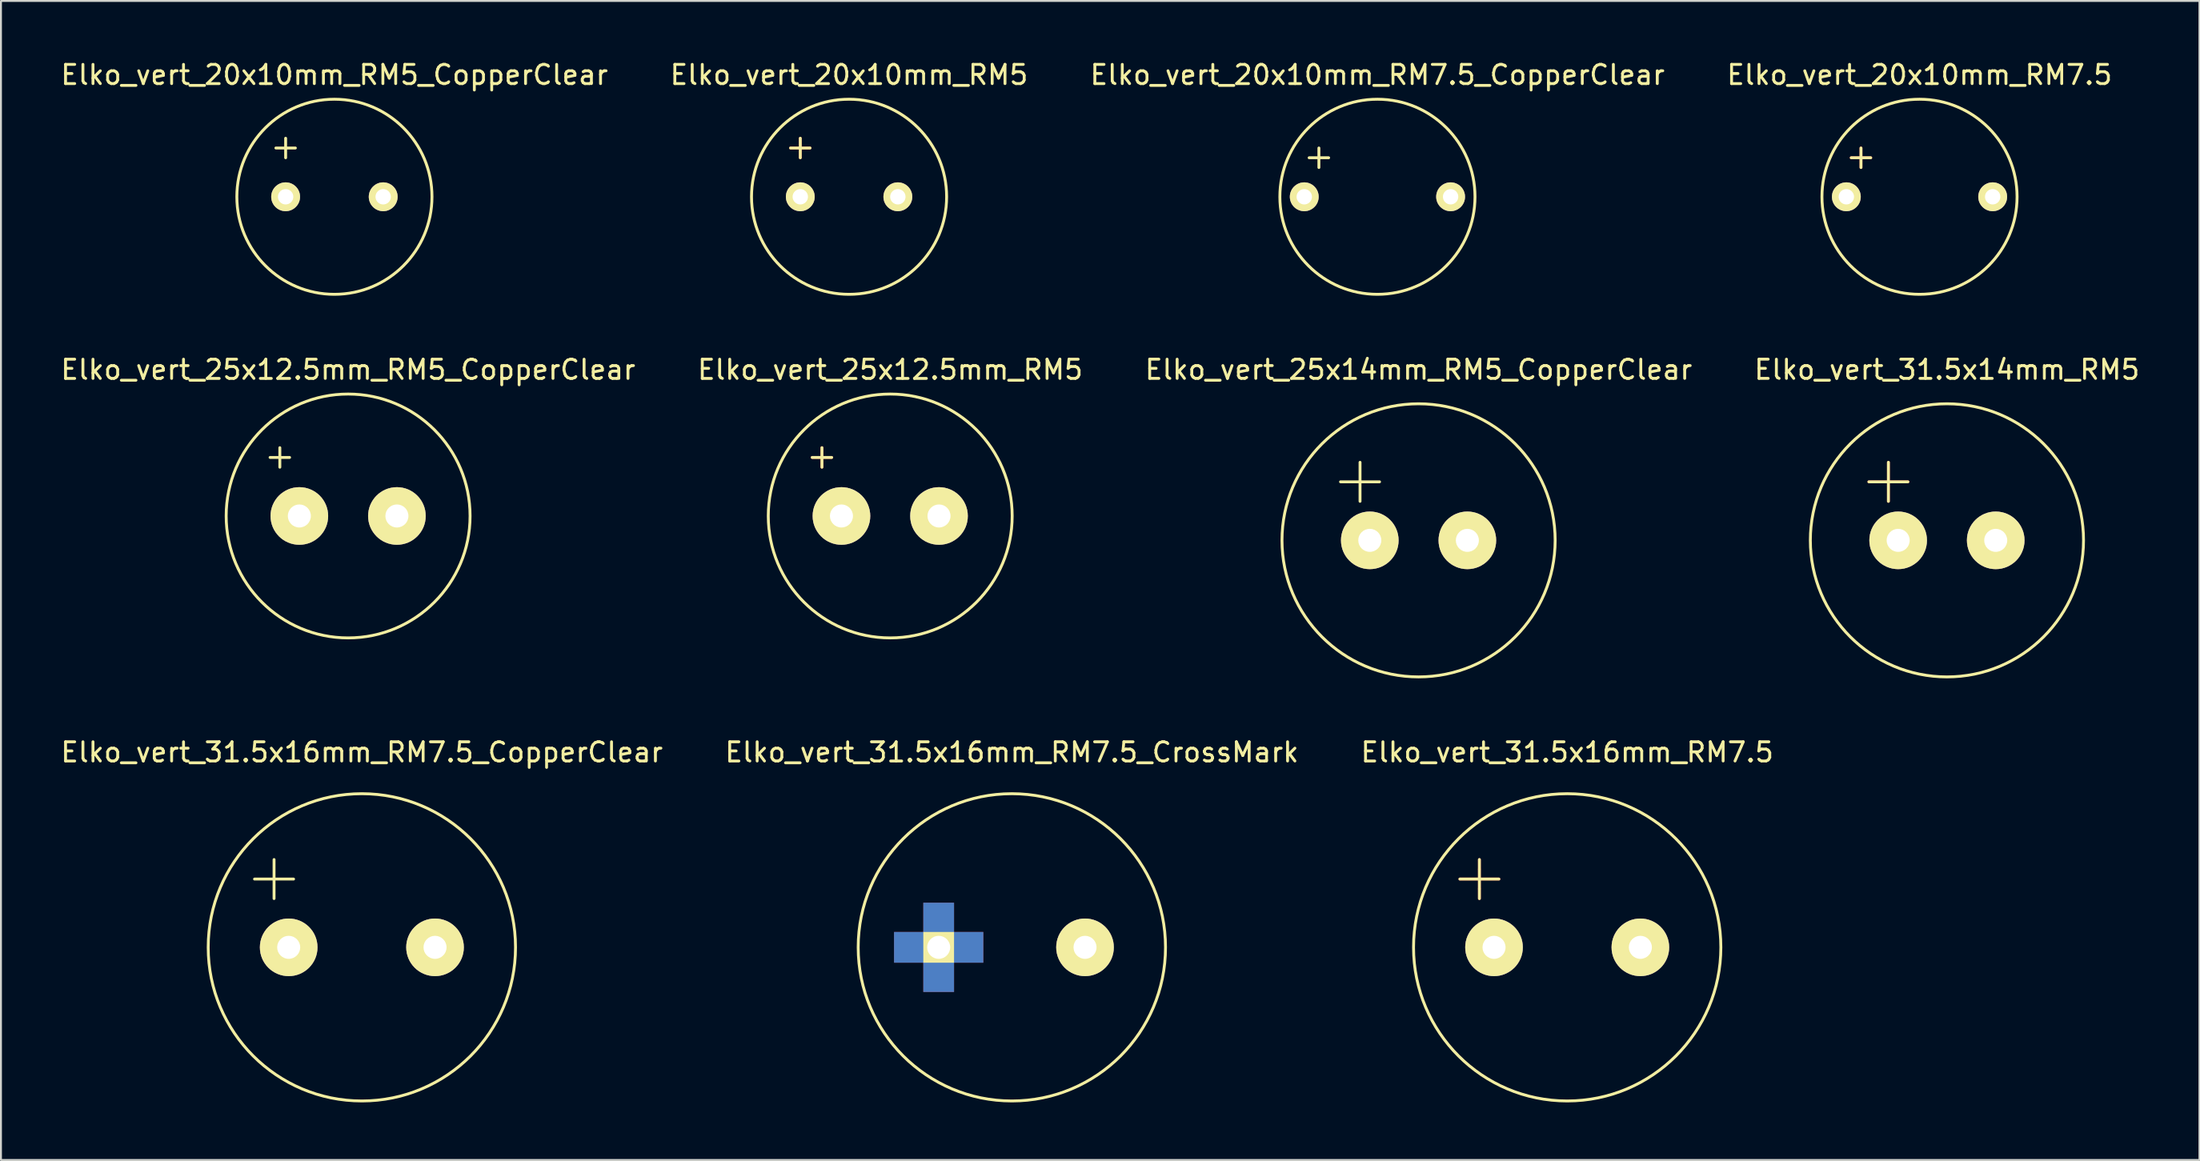
<source format=kicad_pcb>
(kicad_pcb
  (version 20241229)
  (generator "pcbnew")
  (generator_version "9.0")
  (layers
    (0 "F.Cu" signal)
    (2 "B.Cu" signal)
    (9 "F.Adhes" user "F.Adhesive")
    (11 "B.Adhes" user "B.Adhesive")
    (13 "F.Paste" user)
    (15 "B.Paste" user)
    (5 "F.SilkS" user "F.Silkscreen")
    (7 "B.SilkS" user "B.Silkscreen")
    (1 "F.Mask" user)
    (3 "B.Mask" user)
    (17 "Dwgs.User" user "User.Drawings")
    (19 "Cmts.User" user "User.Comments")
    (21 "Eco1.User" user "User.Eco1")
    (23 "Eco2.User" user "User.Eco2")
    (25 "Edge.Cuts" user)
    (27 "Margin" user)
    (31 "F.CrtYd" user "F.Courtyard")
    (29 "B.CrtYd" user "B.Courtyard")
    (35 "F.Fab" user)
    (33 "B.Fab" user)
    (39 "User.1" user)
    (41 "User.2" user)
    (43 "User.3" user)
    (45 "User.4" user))
  (footprint "Elko_vert_31.5x16mm_RM7.5"
    (layer "F.Cu")
    (at 74.744 46.287)
    (property "Reference" "Elko_vert_31.5x16mm_RM7.5" (at 3.81 -10.16 0) (layer "F.SilkS") (effects (font (size 1 1) (thickness 0.15))))
    (attr through_hole)
    (fp_line (start -1.778 -3.556) (end 0.254 -3.556) (stroke (width 0.15) (type solid)) (layer "F.Cu"))
    (fp_line (start -0.762 -4.572) (end -0.762 -4.064) (stroke (width 0.15) (type solid)) (layer "F.Cu"))
    (fp_line (start -0.762 -4.064) (end -0.762 -3.556) (stroke (width 0.15) (type solid)) (layer "F.Cu"))
    (fp_line (start -0.762 -3.556) (end -0.762 -3.048) (stroke (width 0.15) (type solid)) (layer "F.Cu"))
    (fp_line (start -0.762 -3.048) (end -0.762 -2.54) (stroke (width 0.15) (type solid)) (layer "F.Cu"))
    (fp_line (start -1.778 -3.556) (end 0.254 -3.556) (stroke (width 0.15) (type solid)) (layer "F.SilkS"))
    (fp_line (start -0.762 -4.572) (end -0.762 -2.54) (stroke (width 0.15) (type solid)) (layer "F.SilkS"))
    (fp_circle (center 3.81 0) (end 11.811 0) (stroke (width 0.15) (type solid)) (fill no) (layer "F.SilkS"))
    (pad "1" thru_hole circle (at 0 0) (size 3 3) (drill 1.199) (layers "*.Cu" "*.Mask" "F.SilkS"))
    (pad "2" thru_hole circle (at 7.62 0) (size 3 3) (drill 1.199) (layers "*.Cu" "*.Mask" "F.SilkS")))
  (footprint "Elko_vert_20x10mm_RM5_CopperClear"
    (layer "F.Cu")
    (at 11.823 7.198)
    (property "Reference" "Elko_vert_20x10mm_RM5_CopperClear" (at 2.54 -6.35 0) (layer "F.SilkS") (effects (font (size 1 1) (thickness 0.15))))
    (attr through_hole)
    (fp_line (start -0.508 -2.54) (end 0.508 -2.54) (stroke (width 0.15) (type solid)) (layer "F.SilkS"))
    (fp_line (start 0 -3.048) (end 0 -2.032) (stroke (width 0.15) (type solid)) (layer "F.SilkS"))
    (fp_circle (center 2.54 0) (end 7.62 0) (stroke (width 0.15) (type solid)) (fill no) (layer "F.SilkS"))
    (pad "1" thru_hole circle (at 0 0) (size 1.501 1.501) (drill 0.8) (layers "*.Cu" "*.Mask" "F.SilkS"))
    (pad "2" thru_hole circle (at 5.08 0) (size 1.501 1.501) (drill 0.8) (layers "*.Cu" "*.Mask" "F.SilkS")))
  (footprint "Elko_vert_25x14mm_RM5_CopperClear"
    (layer "F.Cu")
    (at 68.275 25.091)
    (property "Reference" "Elko_vert_25x14mm_RM5_CopperClear" (at 2.54 -8.89 0) (layer "F.SilkS") (effects (font (size 1 1) (thickness 0.15))))
    (attr through_hole)
    (fp_line (start -1.524 -3.048) (end 0.508 -3.048) (stroke (width 0.15) (type solid)) (layer "F.SilkS"))
    (fp_line (start -0.508 -4.064) (end -0.508 -2.032) (stroke (width 0.15) (type solid)) (layer "F.SilkS"))
    (fp_circle (center 2.54 0) (end 9.652 0) (stroke (width 0.15) (type solid)) (fill no) (layer "F.SilkS"))
    (pad "1" thru_hole circle (at 0 0) (size 3 3) (drill 1.199) (layers "*.Cu" "*.Mask" "F.SilkS"))
    (pad "2" thru_hole circle (at 5.08 0) (size 3 3) (drill 1.199) (layers "*.Cu" "*.Mask" "F.SilkS")))
  (footprint "Elko_vert_20x10mm_RM7.5"
    (layer "F.Cu")
    (at 93.089 7.198)
    (property "Reference" "Elko_vert_20x10mm_RM7.5" (at 3.81 -6.35 0) (layer "F.SilkS") (effects (font (size 1 1) (thickness 0.15))))
    (attr through_hole)
    (fp_line (start 0.254 -2.032) (end 1.27 -2.032) (stroke (width 0.15) (type solid)) (layer "F.Cu"))
    (fp_line (start 0.762 -2.54) (end 0.762 -1.524) (stroke (width 0.15) (type solid)) (layer "F.Cu"))
    (fp_line (start 0.254 -2.032) (end 1.27 -2.032) (stroke (width 0.15) (type solid)) (layer "F.SilkS"))
    (fp_line (start 0.762 -2.54) (end 0.762 -1.524) (stroke (width 0.15) (type solid)) (layer "F.SilkS"))
    (fp_circle (center 3.81 0) (end 8.89 0) (stroke (width 0.15) (type solid)) (fill no) (layer "F.SilkS"))
    (pad "1" thru_hole circle (at 0 0) (size 1.501 1.501) (drill 0.8) (layers "*.Cu" "*.Mask" "F.SilkS"))
    (pad "2" thru_hole circle (at 7.62 0) (size 1.501 1.501) (drill 0.8) (layers "*.Cu" "*.Mask" "F.SilkS")))
  (footprint "Elko_vert_31.5x14mm_RM5"
    (layer "F.Cu")
    (at 95.787 25.091)
    (property "Reference" "Elko_vert_31.5x14mm_RM5" (at 2.54 -8.89 0) (layer "F.SilkS") (effects (font (size 1 1) (thickness 0.15))))
    (attr through_hole)
    (fp_line (start -1.524 -3.048) (end 0.508 -3.048) (stroke (width 0.15) (type solid)) (layer "F.Cu"))
    (fp_line (start -0.508 -2.032) (end -0.508 -4.064) (stroke (width 0.15) (type solid)) (layer "F.Cu"))
    (fp_line (start -1.524 -3.048) (end 0.508 -3.048) (stroke (width 0.15) (type solid)) (layer "F.SilkS"))
    (fp_line (start -0.508 -4.064) (end -0.508 -2.032) (stroke (width 0.15) (type solid)) (layer "F.SilkS"))
    (fp_circle (center 2.54 0) (end 9.652 0) (stroke (width 0.15) (type solid)) (fill no) (layer "F.SilkS"))
    (pad "1" thru_hole circle (at 0 0) (size 3 3) (drill 1.199) (layers "*.Cu" "*.Mask" "F.SilkS"))
    (pad "2" thru_hole circle (at 5.08 0) (size 3 3) (drill 1.199) (layers "*.Cu" "*.Mask" "F.SilkS")))
  (footprint "Elko_vert_20x10mm_RM5"
    (layer "F.Cu")
    (at 38.621 7.198)
    (property "Reference" "Elko_vert_20x10mm_RM5" (at 2.54 -6.35 0) (layer "F.SilkS") (effects (font (size 1 1) (thickness 0.15))))
    (attr through_hole)
    (fp_line (start -0.508 -2.54) (end 0.508 -2.54) (stroke (width 0.15) (type solid)) (layer "F.Cu"))
    (fp_line (start 0 -3.048) (end 0 -2.032) (stroke (width 0.15) (type solid)) (layer "F.Cu"))
    (fp_line (start -0.508 -2.54) (end 0.508 -2.54) (stroke (width 0.15) (type solid)) (layer "F.SilkS"))
    (fp_line (start 0 -3.048) (end 0 -2.032) (stroke (width 0.15) (type solid)) (layer "F.SilkS"))
    (fp_circle (center 2.54 0) (end 7.62 0) (stroke (width 0.15) (type solid)) (fill no) (layer "F.SilkS"))
    (pad "1" thru_hole circle (at 0 0) (size 1.501 1.501) (drill 0.8) (layers "*.Cu" "*.Mask" "F.SilkS"))
    (pad "2" thru_hole circle (at 5.08 0) (size 1.501 1.501) (drill 0.8) (layers "*.Cu" "*.Mask" "F.SilkS")))
  (footprint "Elko_vert_31.5x16mm_RM7.5_CopperClear"
    (layer "F.Cu")
    (at 11.982 46.287)
    (property "Reference" "Elko_vert_31.5x16mm_RM7.5_CopperClear" (at 3.81 -10.16 0) (layer "F.SilkS") (effects (font (size 1 1) (thickness 0.15))))
    (attr through_hole)
    (fp_line (start -1.778 -3.556) (end 0.254 -3.556) (stroke (width 0.15) (type solid)) (layer "F.SilkS"))
    (fp_line (start -0.762 -4.572) (end -0.762 -2.54) (stroke (width 0.15) (type solid)) (layer "F.SilkS"))
    (fp_circle (center 3.81 0) (end 11.811 0) (stroke (width 0.15) (type solid)) (fill no) (layer "F.SilkS"))
    (pad "1" thru_hole circle (at 0 0) (size 3 3) (drill 1.199) (layers "*.Cu" "*.Mask" "F.SilkS"))
    (pad "2" thru_hole circle (at 7.62 0) (size 3 3) (drill 1.199) (layers "*.Cu" "*.Mask" "F.SilkS")))
  (footprint "Elko_vert_20x10mm_RM7.5_CopperClear"
    (layer "F.Cu")
    (at 64.863 7.198)
    (property "Reference" "Elko_vert_20x10mm_RM7.5_CopperClear" (at 3.81 -6.35 0) (layer "F.SilkS") (effects (font (size 1 1) (thickness 0.15))))
    (attr through_hole)
    (fp_line (start 0.254 -2.032) (end 1.27 -2.032) (stroke (width 0.15) (type solid)) (layer "F.SilkS"))
    (fp_line (start 0.762 -2.54) (end 0.762 -1.524) (stroke (width 0.15) (type solid)) (layer "F.SilkS"))
    (fp_circle (center 3.81 0) (end 8.89 0) (stroke (width 0.15) (type solid)) (fill no) (layer "F.SilkS"))
    (pad "1" thru_hole circle (at 0 0) (size 1.501 1.501) (drill 0.8) (layers "*.Cu" "*.Mask" "F.SilkS"))
    (pad "2" thru_hole circle (at 7.62 0) (size 1.501 1.501) (drill 0.8) (layers "*.Cu" "*.Mask" "F.SilkS")))
  (footprint "Elko_vert_25x12.5mm_RM5"
    (layer "F.Cu")
    (at 40.764 23.822)
    (property "Reference" "Elko_vert_25x12.5mm_RM5" (at 2.54 -7.62 0) (layer "F.SilkS") (effects (font (size 1 1) (thickness 0.15))))
    (attr through_hole)
    (fp_line (start -1.524 -3.048) (end -0.508 -3.048) (stroke (width 0.15) (type solid)) (layer "F.Cu"))
    (fp_line (start -1.016 -3.556) (end -1.016 -2.54) (stroke (width 0.15) (type solid)) (layer "F.Cu"))
    (fp_line (start -1.524 -3.048) (end -0.508 -3.048) (stroke (width 0.15) (type solid)) (layer "F.SilkS"))
    (fp_line (start -1.016 -3.556) (end -1.016 -2.54) (stroke (width 0.15) (type solid)) (layer "F.SilkS"))
    (fp_circle (center 2.54 0) (end 8.89 0) (stroke (width 0.15) (type solid)) (fill no) (layer "F.SilkS"))
    (pad "1" thru_hole circle (at 0 0) (size 3 3) (drill 1.199) (layers "*.Cu" "*.Mask" "F.SilkS"))
    (pad "2" thru_hole circle (at 5.08 0) (size 3 3) (drill 1.199) (layers "*.Cu" "*.Mask" "F.SilkS")))
  (footprint "Elko_vert_25x12.5mm_RM5_CopperClear"
    (layer "F.Cu")
    (at 12.537 23.822)
    (property "Reference" "Elko_vert_25x12.5mm_RM5_CopperClear" (at 2.54 -7.62 0) (layer "F.SilkS") (effects (font (size 1 1) (thickness 0.15))))
    (attr through_hole)
    (fp_line (start -1.524 -3.048) (end -0.508 -3.048) (stroke (width 0.15) (type solid)) (layer "F.SilkS"))
    (fp_line (start -1.016 -3.556) (end -1.016 -2.54) (stroke (width 0.15) (type solid)) (layer "F.SilkS"))
    (fp_circle (center 2.54 0) (end 8.89 0) (stroke (width 0.15) (type solid)) (fill no) (layer "F.SilkS"))
    (pad "1" thru_hole circle (at 0 0) (size 3 3) (drill 1.199) (layers "*.Cu" "*.Mask" "F.SilkS"))
    (pad "2" thru_hole circle (at 5.08 0) (size 3 3) (drill 1.199) (layers "*.Cu" "*.Mask" "F.SilkS")))
  (footprint "Elko_vert_31.5x16mm_RM7.5_CrossMark"
    (layer "F.Cu")
    (at 45.827 46.287)
    (property "Reference" "Elko_vert_31.5x16mm_RM7.5_CrossMark" (at 3.81 -10.16 0) (layer "F.SilkS") (effects (font (size 1 1) (thickness 0.15))))
    (attr through_hole)
    (fp_circle (center 3.81 0) (end 11.811 0) (stroke (width 0.15) (type solid)) (fill no) (layer "F.SilkS"))
    (pad "1" smd rect (at -1.524 0) (size 1.6 1.6) (layers "*.Cu" "F.Mask" "F.Paste"))
    (pad "1" smd rect (at 0 -1.524) (size 1.6 1.6) (layers "*.Cu" "F.Mask" "F.Paste"))
    (pad "1" thru_hole rect (at 0 0) (size 1.6 1.6) (drill 1.199) (layers "*.Cu" "*.Mask" "F.SilkS"))
    (pad "1" smd rect (at 0 1.524) (size 1.6 1.6) (layers "*.Cu" "F.Mask" "F.Paste"))
    (pad "1" smd rect (at 1.524 0) (size 1.6 1.6) (layers "*.Cu" "F.Mask" "F.Paste"))
    (pad "2" thru_hole circle (at 7.62 0) (size 3 3) (drill 1.199) (layers "*.Cu" "*.Mask" "F.SilkS")))
  (gr_rect
    (start -3 -3)
    (end 111.476 57.363)
    (stroke (width 0.1) (type default))
    (fill no)
    (layer "Edge.Cuts")))
</source>
